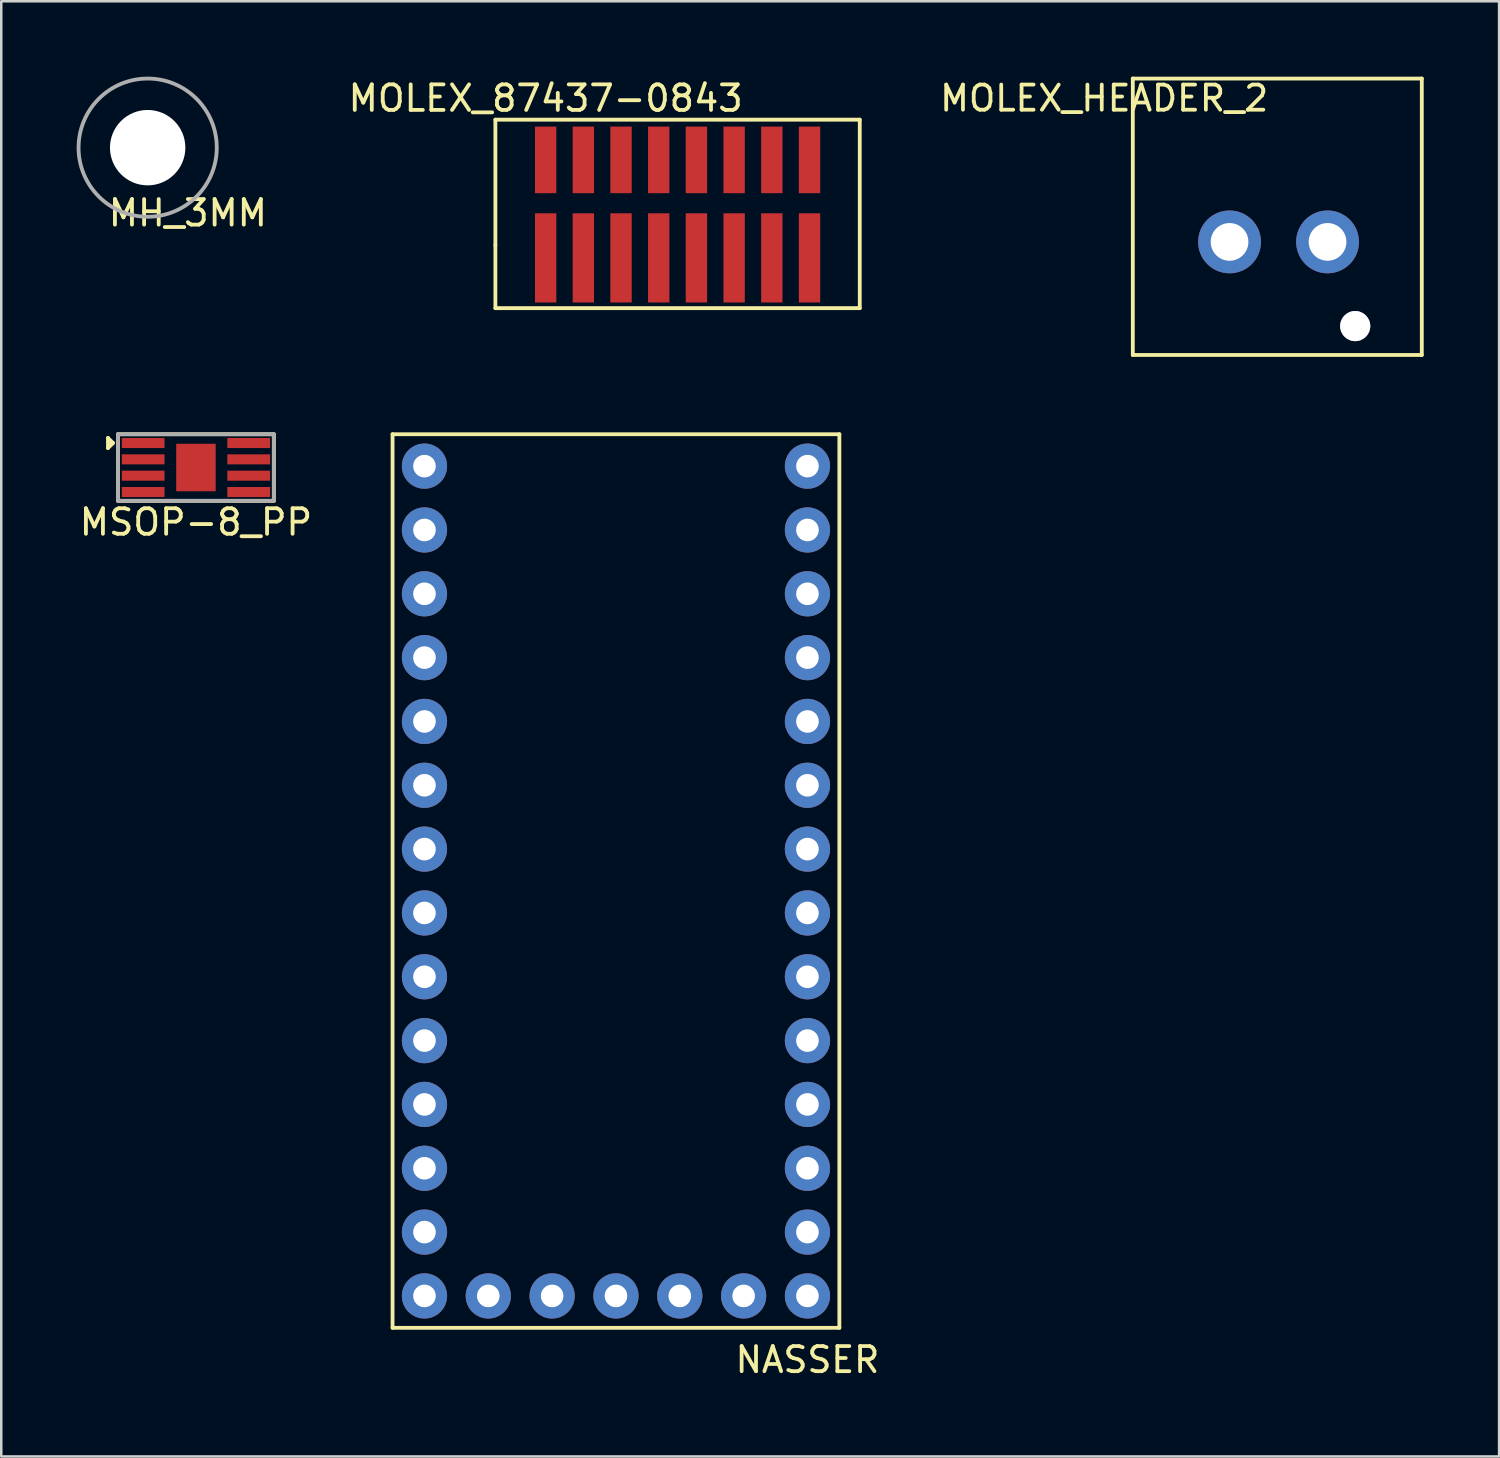
<source format=kicad_pcb>
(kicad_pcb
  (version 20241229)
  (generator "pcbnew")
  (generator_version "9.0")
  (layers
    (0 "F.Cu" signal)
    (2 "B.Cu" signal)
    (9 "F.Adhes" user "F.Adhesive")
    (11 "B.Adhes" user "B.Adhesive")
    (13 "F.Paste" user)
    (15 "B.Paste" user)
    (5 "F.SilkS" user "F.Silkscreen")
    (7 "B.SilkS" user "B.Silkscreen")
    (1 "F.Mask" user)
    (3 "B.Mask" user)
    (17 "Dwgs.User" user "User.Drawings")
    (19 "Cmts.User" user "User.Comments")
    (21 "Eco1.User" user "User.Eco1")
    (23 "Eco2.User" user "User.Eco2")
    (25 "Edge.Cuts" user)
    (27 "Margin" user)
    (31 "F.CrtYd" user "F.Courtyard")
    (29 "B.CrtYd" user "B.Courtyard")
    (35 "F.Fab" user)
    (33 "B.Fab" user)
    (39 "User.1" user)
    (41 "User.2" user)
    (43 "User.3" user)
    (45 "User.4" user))
  (footprint "MOLEX_87437-0843"
    (layer "F.Cu")
    (at 18.663 7.212)
    (property "Reference" "MOLEX_87437-0843" (at 0 -6.35 0) (layer "F.SilkS") (effects (font (size 1.016 1.016) (thickness 0.152))))
    (attr smd)
    (fp_line (start -2 -5.5) (end -2 -0.5) (stroke (width 0.152) (type solid)) (layer "F.SilkS"))
    (fp_line (start -2 -0.5) (end -2 2) (stroke (width 0.15) (type solid)) (layer "F.SilkS"))
    (fp_line (start -2 2) (end 12.5 2) (stroke (width 0.152) (type solid)) (layer "F.SilkS"))
    (fp_line (start 12.5 -5.5) (end -2 -5.5) (stroke (width 0.152) (type solid)) (layer "F.SilkS"))
    (fp_line (start 12.5 2) (end 12.5 -5.5) (stroke (width 0.152) (type solid)) (layer "F.SilkS"))
    (pad "" smd rect (at 0 -3.9) (size 0.85 2.65) (layers "F.Cu" "F.Mask" "F.Paste"))
    (pad "" smd rect (at 1.5 -3.9) (size 0.85 2.65) (layers "F.Cu" "F.Mask" "F.Paste"))
    (pad "" smd rect (at 3 -3.9) (size 0.85 2.65) (layers "F.Cu" "F.Mask" "F.Paste"))
    (pad "" smd rect (at 4.5 -3.9) (size 0.85 2.65) (layers "F.Cu" "F.Mask" "F.Paste"))
    (pad "" smd rect (at 6 -3.9) (size 0.85 2.65) (layers "F.Cu" "F.Mask" "F.Paste"))
    (pad "" smd rect (at 7.5 -3.9) (size 0.85 2.65) (layers "F.Cu" "F.Mask" "F.Paste"))
    (pad "" smd rect (at 9 -3.9) (size 0.85 2.65) (layers "F.Cu" "F.Mask" "F.Paste"))
    (pad "" smd rect (at 10.5 -3.9) (size 0.85 2.65) (layers "F.Cu" "F.Mask" "F.Paste"))
    (pad "1" smd rect (at 0 0) (size 0.85 3.55) (layers "F.Cu" "F.Mask" "F.Paste"))
    (pad "2" smd rect (at 1.5 0) (size 0.85 3.55) (layers "F.Cu" "F.Mask" "F.Paste"))
    (pad "3" smd rect (at 3 0) (size 0.85 3.55) (layers "F.Cu" "F.Mask" "F.Paste"))
    (pad "4" smd rect (at 4.5 0) (size 0.85 3.55) (layers "F.Cu" "F.Mask" "F.Paste"))
    (pad "5" smd rect (at 6 0) (size 0.85 3.55) (layers "F.Cu" "F.Mask" "F.Paste"))
    (pad "6" smd rect (at 7.5 0) (size 0.85 3.55) (layers "F.Cu" "F.Mask" "F.Paste"))
    (pad "7" smd rect (at 9 0) (size 0.85 3.55) (layers "F.Cu" "F.Mask" "F.Paste"))
    (pad "8" smd rect (at 10.5 0) (size 0.85 3.55) (layers "F.Cu" "F.Mask" "F.Paste")))
  (footprint "NASSER"
    (layer "F.Cu")
    (at 13.841 15.499)
    (property "Reference" "NASSER" (at 15.24 35.56 0) (layer "F.SilkS") (effects (font (size 1 1) (thickness 0.15))))
    (attr through_hole)
    (fp_line (start -1.27 -1.27) (end 16.51 -1.27) (stroke (width 0.152) (type solid)) (layer "F.SilkS"))
    (fp_line (start -1.27 34.29) (end -1.27 -1.27) (stroke (width 0.152) (type solid)) (layer "F.SilkS"))
    (fp_line (start 16.51 -1.27) (end 16.51 34.29) (stroke (width 0.152) (type solid)) (layer "F.SilkS"))
    (fp_line (start 16.51 34.29) (end -1.27 34.29) (stroke (width 0.152) (type solid)) (layer "F.SilkS"))
    (pad "1" thru_hole circle (at 0 0) (size 1.8 1.8) (drill 0.9) (layers "*.Cu" "*.Mask"))
    (pad "2" thru_hole circle (at 0 2.54) (size 1.8 1.8) (drill 0.9) (layers "*.Cu" "*.Mask"))
    (pad "3" thru_hole circle (at 0 5.08) (size 1.8 1.8) (drill 0.9) (layers "*.Cu" "*.Mask"))
    (pad "4" thru_hole circle (at 0 7.62) (size 1.8 1.8) (drill 0.9) (layers "*.Cu" "*.Mask"))
    (pad "5" thru_hole circle (at 0 10.16) (size 1.8 1.8) (drill 0.9) (layers "*.Cu" "*.Mask"))
    (pad "6" thru_hole circle (at 0 12.7) (size 1.8 1.8) (drill 0.9) (layers "*.Cu" "*.Mask"))
    (pad "7" thru_hole circle (at 0 15.24) (size 1.8 1.8) (drill 0.9) (layers "*.Cu" "*.Mask"))
    (pad "8" thru_hole circle (at 0 17.78) (size 1.8 1.8) (drill 0.9) (layers "*.Cu" "*.Mask"))
    (pad "9" thru_hole circle (at 0 20.32) (size 1.8 1.8) (drill 0.9) (layers "*.Cu" "*.Mask"))
    (pad "10" thru_hole circle (at 0 22.86) (size 1.8 1.8) (drill 0.9) (layers "*.Cu" "*.Mask"))
    (pad "11" thru_hole circle (at 0 25.4) (size 1.8 1.8) (drill 0.9) (layers "*.Cu" "*.Mask"))
    (pad "12" thru_hole circle (at 0 27.94) (size 1.8 1.8) (drill 0.9) (layers "*.Cu" "*.Mask"))
    (pad "13" thru_hole circle (at 0 30.48) (size 1.8 1.8) (drill 0.9) (layers "*.Cu" "*.Mask"))
    (pad "14" thru_hole circle (at 0 33.02) (size 1.8 1.8) (drill 0.9) (layers "*.Cu" "*.Mask"))
    (pad "15" thru_hole circle (at 2.54 33.02) (size 1.8 1.8) (drill 0.9) (layers "*.Cu" "*.Mask"))
    (pad "16" thru_hole circle (at 5.08 33.02) (size 1.8 1.8) (drill 0.9) (layers "*.Cu" "*.Mask"))
    (pad "17" thru_hole circle (at 7.62 33.02) (size 1.8 1.8) (drill 0.9) (layers "*.Cu" "*.Mask"))
    (pad "18" thru_hole circle (at 10.16 33.02) (size 1.8 1.8) (drill 0.9) (layers "*.Cu" "*.Mask"))
    (pad "19" thru_hole circle (at 12.7 33.02) (size 1.8 1.8) (drill 0.9) (layers "*.Cu" "*.Mask"))
    (pad "20" thru_hole circle (at 15.24 33.02) (size 1.8 1.8) (drill 0.9) (layers "*.Cu" "*.Mask"))
    (pad "21" thru_hole circle (at 15.24 30.48) (size 1.8 1.8) (drill 0.9) (layers "*.Cu" "*.Mask"))
    (pad "22" thru_hole circle (at 15.24 27.94) (size 1.8 1.8) (drill 0.9) (layers "*.Cu" "*.Mask"))
    (pad "23" thru_hole circle (at 15.24 25.4) (size 1.8 1.8) (drill 0.9) (layers "*.Cu" "*.Mask"))
    (pad "24" thru_hole circle (at 15.24 22.86) (size 1.8 1.8) (drill 0.9) (layers "*.Cu" "*.Mask"))
    (pad "25" thru_hole circle (at 15.24 20.32) (size 1.8 1.8) (drill 0.9) (layers "*.Cu" "*.Mask"))
    (pad "26" thru_hole circle (at 15.24 17.78) (size 1.8 1.8) (drill 0.9) (layers "*.Cu" "*.Mask"))
    (pad "27" thru_hole circle (at 15.24 15.24) (size 1.8 1.8) (drill 0.9) (layers "*.Cu" "*.Mask"))
    (pad "28" thru_hole circle (at 15.24 12.7) (size 1.8 1.8) (drill 0.9) (layers "*.Cu" "*.Mask"))
    (pad "29" thru_hole circle (at 15.24 10.16) (size 1.8 1.8) (drill 0.9) (layers "*.Cu" "*.Mask"))
    (pad "30" thru_hole circle (at 15.24 7.62) (size 1.8 1.8) (drill 0.9) (layers "*.Cu" "*.Mask"))
    (pad "31" thru_hole circle (at 15.24 5.08) (size 1.8 1.8) (drill 0.9) (layers "*.Cu" "*.Mask"))
    (pad "32" thru_hole circle (at 15.24 2.54) (size 1.8 1.8) (drill 0.9) (layers "*.Cu" "*.Mask"))
    (pad "33" thru_hole circle (at 15.24 0) (size 1.8 1.8) (drill 0.9) (layers "*.Cu" "*.Mask")))
  (footprint "MOLEX_HEADER_2"
    (layer "F.Cu")
    (at 49.778 6.576)
    (property "Reference" "MOLEX_HEADER_2" (at -8.89 -5.715 0) (layer "F.SilkS") (effects (font (size 1 1) (thickness 0.15))))
    (attr through_hole)
    (fp_line (start -7.75 -6.5) (end -7.75 4.5) (stroke (width 0.152) (type solid)) (layer "F.SilkS"))
    (fp_line (start -7.75 -6.5) (end 3.75 -6.5) (stroke (width 0.152) (type solid)) (layer "F.SilkS"))
    (fp_line (start -7.75 4.5) (end 3.75 4.5) (stroke (width 0.152) (type solid)) (layer "F.SilkS"))
    (fp_line (start 3.75 -6.5) (end 3.75 4.5) (stroke (width 0.152) (type solid)) (layer "F.SilkS"))
    (pad "" thru_hole circle (at 1.1 3.35) (size 1.2 1.2) (drill 1.2) (layers "*.Cu" "*.Mask"))
    (pad "1" thru_hole circle (at -3.9 0) (size 2.5 2.5) (drill 1.5) (layers "*.Cu" "*.Mask"))
    (pad "2" thru_hole circle (at 0 0) (size 2.5 2.5) (drill 1.5) (layers "*.Cu" "*.Mask")))
  (footprint "MSOP-8_PP"
    (layer "F.Cu")
    (at 4.747 14.579)
    (property "Reference" "MSOP-8_PP" (at 0 3.15 0) (layer "F.SilkS") (effects (font (size 1.016 1.016) (thickness 0.152))))
    (attr smd)
    (fp_line (start -3.5 0.2) (end -3.5 -0.2) (stroke (width 0.152) (type solid)) (layer "F.SilkS"))
    (fp_line (start -3.45 0) (end -3.4 0) (stroke (width 0.152) (type solid)) (layer "F.SilkS"))
    (fp_line (start -3.3 0) (end -3.5 -0.2) (stroke (width 0.152) (type solid)) (layer "F.SilkS"))
    (fp_line (start -3.3 0) (end -3.5 0.2) (stroke (width 0.152) (type solid)) (layer "F.SilkS"))
    (fp_line (start -3.1 -0.35) (end -3.1 2.3) (stroke (width 0.152) (type solid)) (layer "F.SilkS"))
    (fp_line (start 3.1 -0.35) (end -3.1 -0.35) (stroke (width 0.152) (type solid)) (layer "F.SilkS"))
    (fp_line (start 3.1 2.3) (end -3.1 2.3) (stroke (width 0.152) (type solid)) (layer "F.SilkS"))
    (fp_line (start 3.1 2.3) (end 3.1 -0.35) (stroke (width 0.152) (type solid)) (layer "F.SilkS"))
    (fp_line (start -3.1 -0.35) (end 3.1 -0.35) (stroke (width 0.152) (type solid)) (layer "F.Fab"))
    (fp_line (start -3.1 2.3) (end -3.1 -0.35) (stroke (width 0.152) (type solid)) (layer "F.Fab"))
    (fp_line (start 3.1 -0.35) (end 3.1 2.3) (stroke (width 0.152) (type solid)) (layer "F.Fab"))
    (fp_line (start 3.1 2.3) (end -3.1 2.3) (stroke (width 0.152) (type solid)) (layer "F.Fab"))
    (pad "1" smd rect (at -2.1 0) (size 1.7 0.4) (layers "F.Cu" "F.Mask" "F.Paste"))
    (pad "2" smd rect (at -2.1 0.65) (size 1.7 0.4) (layers "F.Cu" "F.Mask" "F.Paste"))
    (pad "3" smd rect (at -2.1 1.3) (size 1.7 0.4) (layers "F.Cu" "F.Mask" "F.Paste"))
    (pad "4" smd rect (at -2.1 1.95) (size 1.7 0.4) (layers "F.Cu" "F.Mask" "F.Paste"))
    (pad "5" smd rect (at 2.1 1.95) (size 1.7 0.4) (layers "F.Cu" "F.Mask" "F.Paste"))
    (pad "6" smd rect (at 2.1 1.3) (size 1.7 0.4) (layers "F.Cu" "F.Mask" "F.Paste"))
    (pad "7" smd rect (at 2.1 0.65) (size 1.7 0.4) (layers "F.Cu" "F.Mask" "F.Paste"))
    (pad "8" smd rect (at 2.1 0) (size 1.7 0.4) (layers "F.Cu" "F.Mask" "F.Paste"))
    (pad "9" smd rect (at 0 0.975) (size 1.57 1.89) (layers "F.Cu" "F.Mask" "F.Paste")))
  (footprint "MH_3MM"
    (layer "F.Cu")
    (at 2.826 2.826)
    (property "Reference" "MH_3MM" (at 1.6 2.6 0) (layer "F.SilkS") (effects (font (size 1.016 1.016) (thickness 0.152))))
    (attr exclude_from_pos_files exclude_from_bom)
    (fp_circle (center 0 0) (end 2.75 0) (stroke (width 0.152) (type solid)) (fill no) (layer "F.Fab"))
    (pad "" np_thru_hole circle (at 0 0) (size 3 3) (drill 3) (layers "*.Cu" "*.Mask")))
  (gr_rect
    (start -3 -3)
    (end 56.604 54.907)
    (stroke (width 0.1) (type default))
    (fill no)
    (layer "Edge.Cuts")))
</source>
